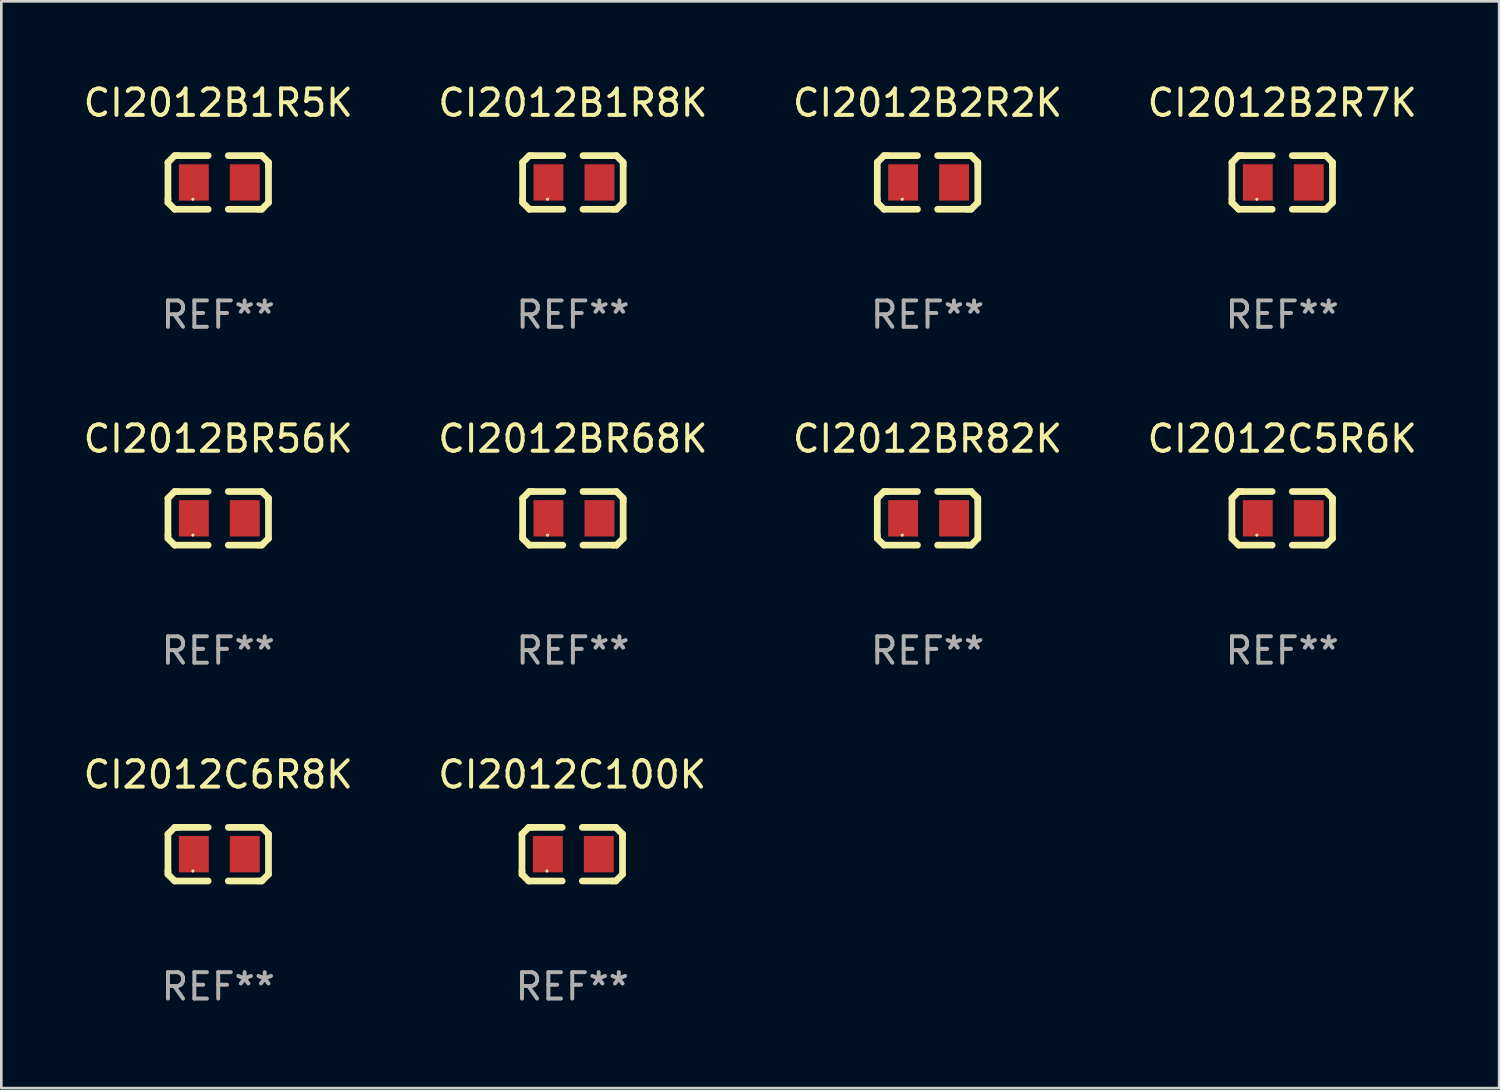
<source format=kicad_pcb>
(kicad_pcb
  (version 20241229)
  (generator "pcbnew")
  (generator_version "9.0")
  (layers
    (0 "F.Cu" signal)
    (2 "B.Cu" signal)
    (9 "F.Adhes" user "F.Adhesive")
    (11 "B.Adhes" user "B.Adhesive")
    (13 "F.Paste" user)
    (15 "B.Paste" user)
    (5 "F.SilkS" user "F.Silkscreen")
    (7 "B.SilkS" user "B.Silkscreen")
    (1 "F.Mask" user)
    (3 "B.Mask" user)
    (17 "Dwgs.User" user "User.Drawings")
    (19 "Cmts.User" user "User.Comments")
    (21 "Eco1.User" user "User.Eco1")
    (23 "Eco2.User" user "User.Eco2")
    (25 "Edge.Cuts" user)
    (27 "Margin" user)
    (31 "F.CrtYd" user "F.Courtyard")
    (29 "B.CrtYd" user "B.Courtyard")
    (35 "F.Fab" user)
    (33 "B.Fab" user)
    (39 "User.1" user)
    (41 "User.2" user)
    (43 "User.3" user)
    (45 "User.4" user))
  (footprint "CI2012B1R5K"
    (layer "F.Cu")
    (at 5.22 3.864)
    (property "Reference" "CI2012B1R5K" (at 0 -3.016 0) (layer "F.SilkS") (effects (font (size 1 1) (thickness 0.15))))
    (attr through_hole)
    (fp_line (start -1.905 -0.762) (end -1.905 0.635) (stroke (width 0.254) (type solid)) (layer "F.SilkS"))
    (fp_line (start -1.905 0.635) (end -1.905 0.762) (stroke (width 0.254) (type solid)) (layer "F.SilkS"))
    (fp_line (start -1.905 0.762) (end -1.651 1.016) (stroke (width 0.254) (type solid)) (layer "F.SilkS"))
    (fp_line (start -1.651 -1.016) (end -1.905 -0.762) (stroke (width 0.254) (type solid)) (layer "F.SilkS"))
    (fp_line (start -1.651 1.016) (end -0.381 1.016) (stroke (width 0.254) (type solid)) (layer "F.SilkS"))
    (fp_line (start -1.524 -1.016) (end -1.651 -1.016) (stroke (width 0.254) (type solid)) (layer "F.SilkS"))
    (fp_line (start -0.381 -1.016) (end -1.524 -1.016) (stroke (width 0.254) (type solid)) (layer "F.SilkS"))
    (fp_line (start 0.381 1.016) (end 1.524 1.016) (stroke (width 0.254) (type solid)) (layer "F.SilkS"))
    (fp_line (start 1.524 1.016) (end 1.651 1.016) (stroke (width 0.254) (type solid)) (layer "F.SilkS"))
    (fp_line (start 1.651 -1.016) (end 0.381 -1.016) (stroke (width 0.254) (type solid)) (layer "F.SilkS"))
    (fp_line (start 1.651 1.016) (end 1.905 0.762) (stroke (width 0.254) (type solid)) (layer "F.SilkS"))
    (fp_line (start 1.905 -0.762) (end 1.651 -1.016) (stroke (width 0.254) (type solid)) (layer "F.SilkS"))
    (fp_line (start 1.905 -0.635) (end 1.905 -0.762) (stroke (width 0.254) (type solid)) (layer "F.SilkS"))
    (fp_line (start 1.905 0.762) (end 1.905 -0.635) (stroke (width 0.254) (type solid)) (layer "F.SilkS"))
    (fp_circle (center -0.96 0.637) (end -0.93 0.637) (stroke (width 0.06) (type solid)) (fill no) (layer "F.SilkS"))
    (fp_text user "REF**" (at 0 5.016 0) (layer "F.Fab") (effects (font (size 1 1) (thickness 0.15))))
    (pad "1" smd rect (at -0.926 -0.000051) (size 1.133 1.377) (layers "F.Cu" "F.Mask" "F.Paste"))
    (pad "2" smd rect (at 1.006 -0.000051) (size 1.133 1.377) (layers "F.Cu" "F.Mask" "F.Paste")))
  (footprint "CI2012C5R6K"
    (layer "F.Cu")
    (at 45.542 16.593)
    (property "Reference" "CI2012C5R6K" (at 0 -3.016 0) (layer "F.SilkS") (effects (font (size 1 1) (thickness 0.15))))
    (attr through_hole)
    (fp_line (start -1.905 -0.762) (end -1.905 0.635) (stroke (width 0.254) (type solid)) (layer "F.SilkS"))
    (fp_line (start -1.905 0.635) (end -1.905 0.762) (stroke (width 0.254) (type solid)) (layer "F.SilkS"))
    (fp_line (start -1.905 0.762) (end -1.651 1.016) (stroke (width 0.254) (type solid)) (layer "F.SilkS"))
    (fp_line (start -1.651 -1.016) (end -1.905 -0.762) (stroke (width 0.254) (type solid)) (layer "F.SilkS"))
    (fp_line (start -1.651 1.016) (end -0.381 1.016) (stroke (width 0.254) (type solid)) (layer "F.SilkS"))
    (fp_line (start -1.524 -1.016) (end -1.651 -1.016) (stroke (width 0.254) (type solid)) (layer "F.SilkS"))
    (fp_line (start -0.381 -1.016) (end -1.524 -1.016) (stroke (width 0.254) (type solid)) (layer "F.SilkS"))
    (fp_line (start 0.381 1.016) (end 1.524 1.016) (stroke (width 0.254) (type solid)) (layer "F.SilkS"))
    (fp_line (start 1.524 1.016) (end 1.651 1.016) (stroke (width 0.254) (type solid)) (layer "F.SilkS"))
    (fp_line (start 1.651 -1.016) (end 0.381 -1.016) (stroke (width 0.254) (type solid)) (layer "F.SilkS"))
    (fp_line (start 1.651 1.016) (end 1.905 0.762) (stroke (width 0.254) (type solid)) (layer "F.SilkS"))
    (fp_line (start 1.905 -0.762) (end 1.651 -1.016) (stroke (width 0.254) (type solid)) (layer "F.SilkS"))
    (fp_line (start 1.905 -0.635) (end 1.905 -0.762) (stroke (width 0.254) (type solid)) (layer "F.SilkS"))
    (fp_line (start 1.905 0.762) (end 1.905 -0.635) (stroke (width 0.254) (type solid)) (layer "F.SilkS"))
    (fp_circle (center -0.96 0.637) (end -0.93 0.637) (stroke (width 0.06) (type solid)) (fill no) (layer "F.SilkS"))
    (fp_text user "REF**" (at 0 5.016 0) (layer "F.Fab") (effects (font (size 1 1) (thickness 0.15))))
    (pad "1" smd rect (at -0.926 -0.000051) (size 1.133 1.377) (layers "F.Cu" "F.Mask" "F.Paste"))
    (pad "2" smd rect (at 1.006 -0.000051) (size 1.133 1.377) (layers "F.Cu" "F.Mask" "F.Paste")))
  (footprint "CI2012B2R2K"
    (layer "F.Cu")
    (at 32.101 3.864)
    (property "Reference" "CI2012B2R2K" (at 0 -3.016 0) (layer "F.SilkS") (effects (font (size 1 1) (thickness 0.15))))
    (attr through_hole)
    (fp_line (start -1.905 -0.762) (end -1.905 0.635) (stroke (width 0.254) (type solid)) (layer "F.SilkS"))
    (fp_line (start -1.905 0.635) (end -1.905 0.762) (stroke (width 0.254) (type solid)) (layer "F.SilkS"))
    (fp_line (start -1.905 0.762) (end -1.651 1.016) (stroke (width 0.254) (type solid)) (layer "F.SilkS"))
    (fp_line (start -1.651 -1.016) (end -1.905 -0.762) (stroke (width 0.254) (type solid)) (layer "F.SilkS"))
    (fp_line (start -1.651 1.016) (end -0.381 1.016) (stroke (width 0.254) (type solid)) (layer "F.SilkS"))
    (fp_line (start -1.524 -1.016) (end -1.651 -1.016) (stroke (width 0.254) (type solid)) (layer "F.SilkS"))
    (fp_line (start -0.381 -1.016) (end -1.524 -1.016) (stroke (width 0.254) (type solid)) (layer "F.SilkS"))
    (fp_line (start 0.381 1.016) (end 1.524 1.016) (stroke (width 0.254) (type solid)) (layer "F.SilkS"))
    (fp_line (start 1.524 1.016) (end 1.651 1.016) (stroke (width 0.254) (type solid)) (layer "F.SilkS"))
    (fp_line (start 1.651 -1.016) (end 0.381 -1.016) (stroke (width 0.254) (type solid)) (layer "F.SilkS"))
    (fp_line (start 1.651 1.016) (end 1.905 0.762) (stroke (width 0.254) (type solid)) (layer "F.SilkS"))
    (fp_line (start 1.905 -0.762) (end 1.651 -1.016) (stroke (width 0.254) (type solid)) (layer "F.SilkS"))
    (fp_line (start 1.905 -0.635) (end 1.905 -0.762) (stroke (width 0.254) (type solid)) (layer "F.SilkS"))
    (fp_line (start 1.905 0.762) (end 1.905 -0.635) (stroke (width 0.254) (type solid)) (layer "F.SilkS"))
    (fp_circle (center -0.96 0.637) (end -0.93 0.637) (stroke (width 0.06) (type solid)) (fill no) (layer "F.SilkS"))
    (fp_text user "REF**" (at 0 5.016 0) (layer "F.Fab") (effects (font (size 1 1) (thickness 0.15))))
    (pad "1" smd rect (at -0.926 -0.000051) (size 1.133 1.377) (layers "F.Cu" "F.Mask" "F.Paste"))
    (pad "2" smd rect (at 1.006 -0.000051) (size 1.133 1.377) (layers "F.Cu" "F.Mask" "F.Paste")))
  (footprint "CI2012C100K"
    (layer "F.Cu")
    (at 18.637 29.321)
    (property "Reference" "CI2012C100K" (at 0 -3.016 0) (layer "F.SilkS") (effects (font (size 1 1) (thickness 0.15))))
    (attr through_hole)
    (fp_line (start -1.905 -0.762) (end -1.905 0.635) (stroke (width 0.254) (type solid)) (layer "F.SilkS"))
    (fp_line (start -1.905 0.635) (end -1.905 0.762) (stroke (width 0.254) (type solid)) (layer "F.SilkS"))
    (fp_line (start -1.905 0.762) (end -1.651 1.016) (stroke (width 0.254) (type solid)) (layer "F.SilkS"))
    (fp_line (start -1.651 -1.016) (end -1.905 -0.762) (stroke (width 0.254) (type solid)) (layer "F.SilkS"))
    (fp_line (start -1.651 1.016) (end -0.381 1.016) (stroke (width 0.254) (type solid)) (layer "F.SilkS"))
    (fp_line (start -1.524 -1.016) (end -1.651 -1.016) (stroke (width 0.254) (type solid)) (layer "F.SilkS"))
    (fp_line (start -0.381 -1.016) (end -1.524 -1.016) (stroke (width 0.254) (type solid)) (layer "F.SilkS"))
    (fp_line (start 0.381 1.016) (end 1.524 1.016) (stroke (width 0.254) (type solid)) (layer "F.SilkS"))
    (fp_line (start 1.524 1.016) (end 1.651 1.016) (stroke (width 0.254) (type solid)) (layer "F.SilkS"))
    (fp_line (start 1.651 -1.016) (end 0.381 -1.016) (stroke (width 0.254) (type solid)) (layer "F.SilkS"))
    (fp_line (start 1.651 1.016) (end 1.905 0.762) (stroke (width 0.254) (type solid)) (layer "F.SilkS"))
    (fp_line (start 1.905 -0.762) (end 1.651 -1.016) (stroke (width 0.254) (type solid)) (layer "F.SilkS"))
    (fp_line (start 1.905 -0.635) (end 1.905 -0.762) (stroke (width 0.254) (type solid)) (layer "F.SilkS"))
    (fp_line (start 1.905 0.762) (end 1.905 -0.635) (stroke (width 0.254) (type solid)) (layer "F.SilkS"))
    (fp_circle (center -0.96 0.637) (end -0.93 0.637) (stroke (width 0.06) (type solid)) (fill no) (layer "F.SilkS"))
    (fp_text user "REF**" (at 0 5.016 0) (layer "F.Fab") (effects (font (size 1 1) (thickness 0.15))))
    (pad "1" smd rect (at -0.926 -0.000051) (size 1.133 1.377) (layers "F.Cu" "F.Mask" "F.Paste"))
    (pad "2" smd rect (at 1.006 -0.000051) (size 1.133 1.377) (layers "F.Cu" "F.Mask" "F.Paste")))
  (footprint "CI2012B1R8K"
    (layer "F.Cu")
    (at 18.661 3.864)
    (property "Reference" "CI2012B1R8K" (at 0 -3.016 0) (layer "F.SilkS") (effects (font (size 1 1) (thickness 0.15))))
    (attr through_hole)
    (fp_line (start -1.905 -0.762) (end -1.905 0.635) (stroke (width 0.254) (type solid)) (layer "F.SilkS"))
    (fp_line (start -1.905 0.635) (end -1.905 0.762) (stroke (width 0.254) (type solid)) (layer "F.SilkS"))
    (fp_line (start -1.905 0.762) (end -1.651 1.016) (stroke (width 0.254) (type solid)) (layer "F.SilkS"))
    (fp_line (start -1.651 -1.016) (end -1.905 -0.762) (stroke (width 0.254) (type solid)) (layer "F.SilkS"))
    (fp_line (start -1.651 1.016) (end -0.381 1.016) (stroke (width 0.254) (type solid)) (layer "F.SilkS"))
    (fp_line (start -1.524 -1.016) (end -1.651 -1.016) (stroke (width 0.254) (type solid)) (layer "F.SilkS"))
    (fp_line (start -0.381 -1.016) (end -1.524 -1.016) (stroke (width 0.254) (type solid)) (layer "F.SilkS"))
    (fp_line (start 0.381 1.016) (end 1.524 1.016) (stroke (width 0.254) (type solid)) (layer "F.SilkS"))
    (fp_line (start 1.524 1.016) (end 1.651 1.016) (stroke (width 0.254) (type solid)) (layer "F.SilkS"))
    (fp_line (start 1.651 -1.016) (end 0.381 -1.016) (stroke (width 0.254) (type solid)) (layer "F.SilkS"))
    (fp_line (start 1.651 1.016) (end 1.905 0.762) (stroke (width 0.254) (type solid)) (layer "F.SilkS"))
    (fp_line (start 1.905 -0.762) (end 1.651 -1.016) (stroke (width 0.254) (type solid)) (layer "F.SilkS"))
    (fp_line (start 1.905 -0.635) (end 1.905 -0.762) (stroke (width 0.254) (type solid)) (layer "F.SilkS"))
    (fp_line (start 1.905 0.762) (end 1.905 -0.635) (stroke (width 0.254) (type solid)) (layer "F.SilkS"))
    (fp_circle (center -0.96 0.637) (end -0.93 0.637) (stroke (width 0.06) (type solid)) (fill no) (layer "F.SilkS"))
    (fp_text user "REF**" (at 0 5.016 0) (layer "F.Fab") (effects (font (size 1 1) (thickness 0.15))))
    (pad "1" smd rect (at -0.926 -0.000051) (size 1.133 1.377) (layers "F.Cu" "F.Mask" "F.Paste"))
    (pad "2" smd rect (at 1.006 -0.000051) (size 1.133 1.377) (layers "F.Cu" "F.Mask" "F.Paste")))
  (footprint "CI2012BR82K"
    (layer "F.Cu")
    (at 32.101 16.593)
    (property "Reference" "CI2012BR82K" (at 0 -3.016 0) (layer "F.SilkS") (effects (font (size 1 1) (thickness 0.15))))
    (attr through_hole)
    (fp_line (start -1.905 -0.762) (end -1.905 0.635) (stroke (width 0.254) (type solid)) (layer "F.SilkS"))
    (fp_line (start -1.905 0.635) (end -1.905 0.762) (stroke (width 0.254) (type solid)) (layer "F.SilkS"))
    (fp_line (start -1.905 0.762) (end -1.651 1.016) (stroke (width 0.254) (type solid)) (layer "F.SilkS"))
    (fp_line (start -1.651 -1.016) (end -1.905 -0.762) (stroke (width 0.254) (type solid)) (layer "F.SilkS"))
    (fp_line (start -1.651 1.016) (end -0.381 1.016) (stroke (width 0.254) (type solid)) (layer "F.SilkS"))
    (fp_line (start -1.524 -1.016) (end -1.651 -1.016) (stroke (width 0.254) (type solid)) (layer "F.SilkS"))
    (fp_line (start -0.381 -1.016) (end -1.524 -1.016) (stroke (width 0.254) (type solid)) (layer "F.SilkS"))
    (fp_line (start 0.381 1.016) (end 1.524 1.016) (stroke (width 0.254) (type solid)) (layer "F.SilkS"))
    (fp_line (start 1.524 1.016) (end 1.651 1.016) (stroke (width 0.254) (type solid)) (layer "F.SilkS"))
    (fp_line (start 1.651 -1.016) (end 0.381 -1.016) (stroke (width 0.254) (type solid)) (layer "F.SilkS"))
    (fp_line (start 1.651 1.016) (end 1.905 0.762) (stroke (width 0.254) (type solid)) (layer "F.SilkS"))
    (fp_line (start 1.905 -0.762) (end 1.651 -1.016) (stroke (width 0.254) (type solid)) (layer "F.SilkS"))
    (fp_line (start 1.905 -0.635) (end 1.905 -0.762) (stroke (width 0.254) (type solid)) (layer "F.SilkS"))
    (fp_line (start 1.905 0.762) (end 1.905 -0.635) (stroke (width 0.254) (type solid)) (layer "F.SilkS"))
    (fp_circle (center -0.96 0.637) (end -0.93 0.637) (stroke (width 0.06) (type solid)) (fill no) (layer "F.SilkS"))
    (fp_text user "REF**" (at 0 5.016 0) (layer "F.Fab") (effects (font (size 1 1) (thickness 0.15))))
    (pad "1" smd rect (at -0.926 -0.000051) (size 1.133 1.377) (layers "F.Cu" "F.Mask" "F.Paste"))
    (pad "2" smd rect (at 1.006 -0.000051) (size 1.133 1.377) (layers "F.Cu" "F.Mask" "F.Paste")))
  (footprint "CI2012C6R8K"
    (layer "F.Cu")
    (at 5.22 29.321)
    (property "Reference" "CI2012C6R8K" (at 0 -3.016 0) (layer "F.SilkS") (effects (font (size 1 1) (thickness 0.15))))
    (attr through_hole)
    (fp_line (start -1.905 -0.762) (end -1.905 0.635) (stroke (width 0.254) (type solid)) (layer "F.SilkS"))
    (fp_line (start -1.905 0.635) (end -1.905 0.762) (stroke (width 0.254) (type solid)) (layer "F.SilkS"))
    (fp_line (start -1.905 0.762) (end -1.651 1.016) (stroke (width 0.254) (type solid)) (layer "F.SilkS"))
    (fp_line (start -1.651 -1.016) (end -1.905 -0.762) (stroke (width 0.254) (type solid)) (layer "F.SilkS"))
    (fp_line (start -1.651 1.016) (end -0.381 1.016) (stroke (width 0.254) (type solid)) (layer "F.SilkS"))
    (fp_line (start -1.524 -1.016) (end -1.651 -1.016) (stroke (width 0.254) (type solid)) (layer "F.SilkS"))
    (fp_line (start -0.381 -1.016) (end -1.524 -1.016) (stroke (width 0.254) (type solid)) (layer "F.SilkS"))
    (fp_line (start 0.381 1.016) (end 1.524 1.016) (stroke (width 0.254) (type solid)) (layer "F.SilkS"))
    (fp_line (start 1.524 1.016) (end 1.651 1.016) (stroke (width 0.254) (type solid)) (layer "F.SilkS"))
    (fp_line (start 1.651 -1.016) (end 0.381 -1.016) (stroke (width 0.254) (type solid)) (layer "F.SilkS"))
    (fp_line (start 1.651 1.016) (end 1.905 0.762) (stroke (width 0.254) (type solid)) (layer "F.SilkS"))
    (fp_line (start 1.905 -0.762) (end 1.651 -1.016) (stroke (width 0.254) (type solid)) (layer "F.SilkS"))
    (fp_line (start 1.905 -0.635) (end 1.905 -0.762) (stroke (width 0.254) (type solid)) (layer "F.SilkS"))
    (fp_line (start 1.905 0.762) (end 1.905 -0.635) (stroke (width 0.254) (type solid)) (layer "F.SilkS"))
    (fp_circle (center -0.96 0.637) (end -0.93 0.637) (stroke (width 0.06) (type solid)) (fill no) (layer "F.SilkS"))
    (fp_text user "REF**" (at 0 5.016 0) (layer "F.Fab") (effects (font (size 1 1) (thickness 0.15))))
    (pad "1" smd rect (at -0.926 -0.000051) (size 1.133 1.377) (layers "F.Cu" "F.Mask" "F.Paste"))
    (pad "2" smd rect (at 1.006 -0.000051) (size 1.133 1.377) (layers "F.Cu" "F.Mask" "F.Paste")))
  (footprint "CI2012BR56K"
    (layer "F.Cu")
    (at 5.22 16.593)
    (property "Reference" "CI2012BR56K" (at 0 -3.016 0) (layer "F.SilkS") (effects (font (size 1 1) (thickness 0.15))))
    (attr through_hole)
    (fp_line (start -1.905 -0.762) (end -1.905 0.635) (stroke (width 0.254) (type solid)) (layer "F.SilkS"))
    (fp_line (start -1.905 0.635) (end -1.905 0.762) (stroke (width 0.254) (type solid)) (layer "F.SilkS"))
    (fp_line (start -1.905 0.762) (end -1.651 1.016) (stroke (width 0.254) (type solid)) (layer "F.SilkS"))
    (fp_line (start -1.651 -1.016) (end -1.905 -0.762) (stroke (width 0.254) (type solid)) (layer "F.SilkS"))
    (fp_line (start -1.651 1.016) (end -0.381 1.016) (stroke (width 0.254) (type solid)) (layer "F.SilkS"))
    (fp_line (start -1.524 -1.016) (end -1.651 -1.016) (stroke (width 0.254) (type solid)) (layer "F.SilkS"))
    (fp_line (start -0.381 -1.016) (end -1.524 -1.016) (stroke (width 0.254) (type solid)) (layer "F.SilkS"))
    (fp_line (start 0.381 1.016) (end 1.524 1.016) (stroke (width 0.254) (type solid)) (layer "F.SilkS"))
    (fp_line (start 1.524 1.016) (end 1.651 1.016) (stroke (width 0.254) (type solid)) (layer "F.SilkS"))
    (fp_line (start 1.651 -1.016) (end 0.381 -1.016) (stroke (width 0.254) (type solid)) (layer "F.SilkS"))
    (fp_line (start 1.651 1.016) (end 1.905 0.762) (stroke (width 0.254) (type solid)) (layer "F.SilkS"))
    (fp_line (start 1.905 -0.762) (end 1.651 -1.016) (stroke (width 0.254) (type solid)) (layer "F.SilkS"))
    (fp_line (start 1.905 -0.635) (end 1.905 -0.762) (stroke (width 0.254) (type solid)) (layer "F.SilkS"))
    (fp_line (start 1.905 0.762) (end 1.905 -0.635) (stroke (width 0.254) (type solid)) (layer "F.SilkS"))
    (fp_circle (center -0.96 0.637) (end -0.93 0.637) (stroke (width 0.06) (type solid)) (fill no) (layer "F.SilkS"))
    (fp_text user "REF**" (at 0 5.016 0) (layer "F.Fab") (effects (font (size 1 1) (thickness 0.15))))
    (pad "1" smd rect (at -0.926 -0.000051) (size 1.133 1.377) (layers "F.Cu" "F.Mask" "F.Paste"))
    (pad "2" smd rect (at 1.006 -0.000051) (size 1.133 1.377) (layers "F.Cu" "F.Mask" "F.Paste")))
  (footprint "CI2012BR68K"
    (layer "F.Cu")
    (at 18.661 16.593)
    (property "Reference" "CI2012BR68K" (at 0 -3.016 0) (layer "F.SilkS") (effects (font (size 1 1) (thickness 0.15))))
    (attr through_hole)
    (fp_line (start -1.905 -0.762) (end -1.905 0.635) (stroke (width 0.254) (type solid)) (layer "F.SilkS"))
    (fp_line (start -1.905 0.635) (end -1.905 0.762) (stroke (width 0.254) (type solid)) (layer "F.SilkS"))
    (fp_line (start -1.905 0.762) (end -1.651 1.016) (stroke (width 0.254) (type solid)) (layer "F.SilkS"))
    (fp_line (start -1.651 -1.016) (end -1.905 -0.762) (stroke (width 0.254) (type solid)) (layer "F.SilkS"))
    (fp_line (start -1.651 1.016) (end -0.381 1.016) (stroke (width 0.254) (type solid)) (layer "F.SilkS"))
    (fp_line (start -1.524 -1.016) (end -1.651 -1.016) (stroke (width 0.254) (type solid)) (layer "F.SilkS"))
    (fp_line (start -0.381 -1.016) (end -1.524 -1.016) (stroke (width 0.254) (type solid)) (layer "F.SilkS"))
    (fp_line (start 0.381 1.016) (end 1.524 1.016) (stroke (width 0.254) (type solid)) (layer "F.SilkS"))
    (fp_line (start 1.524 1.016) (end 1.651 1.016) (stroke (width 0.254) (type solid)) (layer "F.SilkS"))
    (fp_line (start 1.651 -1.016) (end 0.381 -1.016) (stroke (width 0.254) (type solid)) (layer "F.SilkS"))
    (fp_line (start 1.651 1.016) (end 1.905 0.762) (stroke (width 0.254) (type solid)) (layer "F.SilkS"))
    (fp_line (start 1.905 -0.762) (end 1.651 -1.016) (stroke (width 0.254) (type solid)) (layer "F.SilkS"))
    (fp_line (start 1.905 -0.635) (end 1.905 -0.762) (stroke (width 0.254) (type solid)) (layer "F.SilkS"))
    (fp_line (start 1.905 0.762) (end 1.905 -0.635) (stroke (width 0.254) (type solid)) (layer "F.SilkS"))
    (fp_circle (center -0.96 0.637) (end -0.93 0.637) (stroke (width 0.06) (type solid)) (fill no) (layer "F.SilkS"))
    (fp_text user "REF**" (at 0 5.016 0) (layer "F.Fab") (effects (font (size 1 1) (thickness 0.15))))
    (pad "1" smd rect (at -0.926 -0.000051) (size 1.133 1.377) (layers "F.Cu" "F.Mask" "F.Paste"))
    (pad "2" smd rect (at 1.006 -0.000051) (size 1.133 1.377) (layers "F.Cu" "F.Mask" "F.Paste")))
  (footprint "CI2012B2R7K"
    (layer "F.Cu")
    (at 45.542 3.864)
    (property "Reference" "CI2012B2R7K" (at 0 -3.016 0) (layer "F.SilkS") (effects (font (size 1 1) (thickness 0.15))))
    (attr through_hole)
    (fp_line (start -1.905 -0.762) (end -1.905 0.635) (stroke (width 0.254) (type solid)) (layer "F.SilkS"))
    (fp_line (start -1.905 0.635) (end -1.905 0.762) (stroke (width 0.254) (type solid)) (layer "F.SilkS"))
    (fp_line (start -1.905 0.762) (end -1.651 1.016) (stroke (width 0.254) (type solid)) (layer "F.SilkS"))
    (fp_line (start -1.651 -1.016) (end -1.905 -0.762) (stroke (width 0.254) (type solid)) (layer "F.SilkS"))
    (fp_line (start -1.651 1.016) (end -0.381 1.016) (stroke (width 0.254) (type solid)) (layer "F.SilkS"))
    (fp_line (start -1.524 -1.016) (end -1.651 -1.016) (stroke (width 0.254) (type solid)) (layer "F.SilkS"))
    (fp_line (start -0.381 -1.016) (end -1.524 -1.016) (stroke (width 0.254) (type solid)) (layer "F.SilkS"))
    (fp_line (start 0.381 1.016) (end 1.524 1.016) (stroke (width 0.254) (type solid)) (layer "F.SilkS"))
    (fp_line (start 1.524 1.016) (end 1.651 1.016) (stroke (width 0.254) (type solid)) (layer "F.SilkS"))
    (fp_line (start 1.651 -1.016) (end 0.381 -1.016) (stroke (width 0.254) (type solid)) (layer "F.SilkS"))
    (fp_line (start 1.651 1.016) (end 1.905 0.762) (stroke (width 0.254) (type solid)) (layer "F.SilkS"))
    (fp_line (start 1.905 -0.762) (end 1.651 -1.016) (stroke (width 0.254) (type solid)) (layer "F.SilkS"))
    (fp_line (start 1.905 -0.635) (end 1.905 -0.762) (stroke (width 0.254) (type solid)) (layer "F.SilkS"))
    (fp_line (start 1.905 0.762) (end 1.905 -0.635) (stroke (width 0.254) (type solid)) (layer "F.SilkS"))
    (fp_circle (center -0.96 0.637) (end -0.93 0.637) (stroke (width 0.06) (type solid)) (fill no) (layer "F.SilkS"))
    (fp_text user "REF**" (at 0 5.016 0) (layer "F.Fab") (effects (font (size 1 1) (thickness 0.15))))
    (pad "1" smd rect (at -0.926 -0.000051) (size 1.133 1.377) (layers "F.Cu" "F.Mask" "F.Paste"))
    (pad "2" smd rect (at 1.006 -0.000051) (size 1.133 1.377) (layers "F.Cu" "F.Mask" "F.Paste")))
  (gr_rect
    (start -3 -3)
    (end 53.762 38.186)
    (stroke (width 0.1) (type default))
    (fill no)
    (layer "Edge.Cuts")))
</source>
